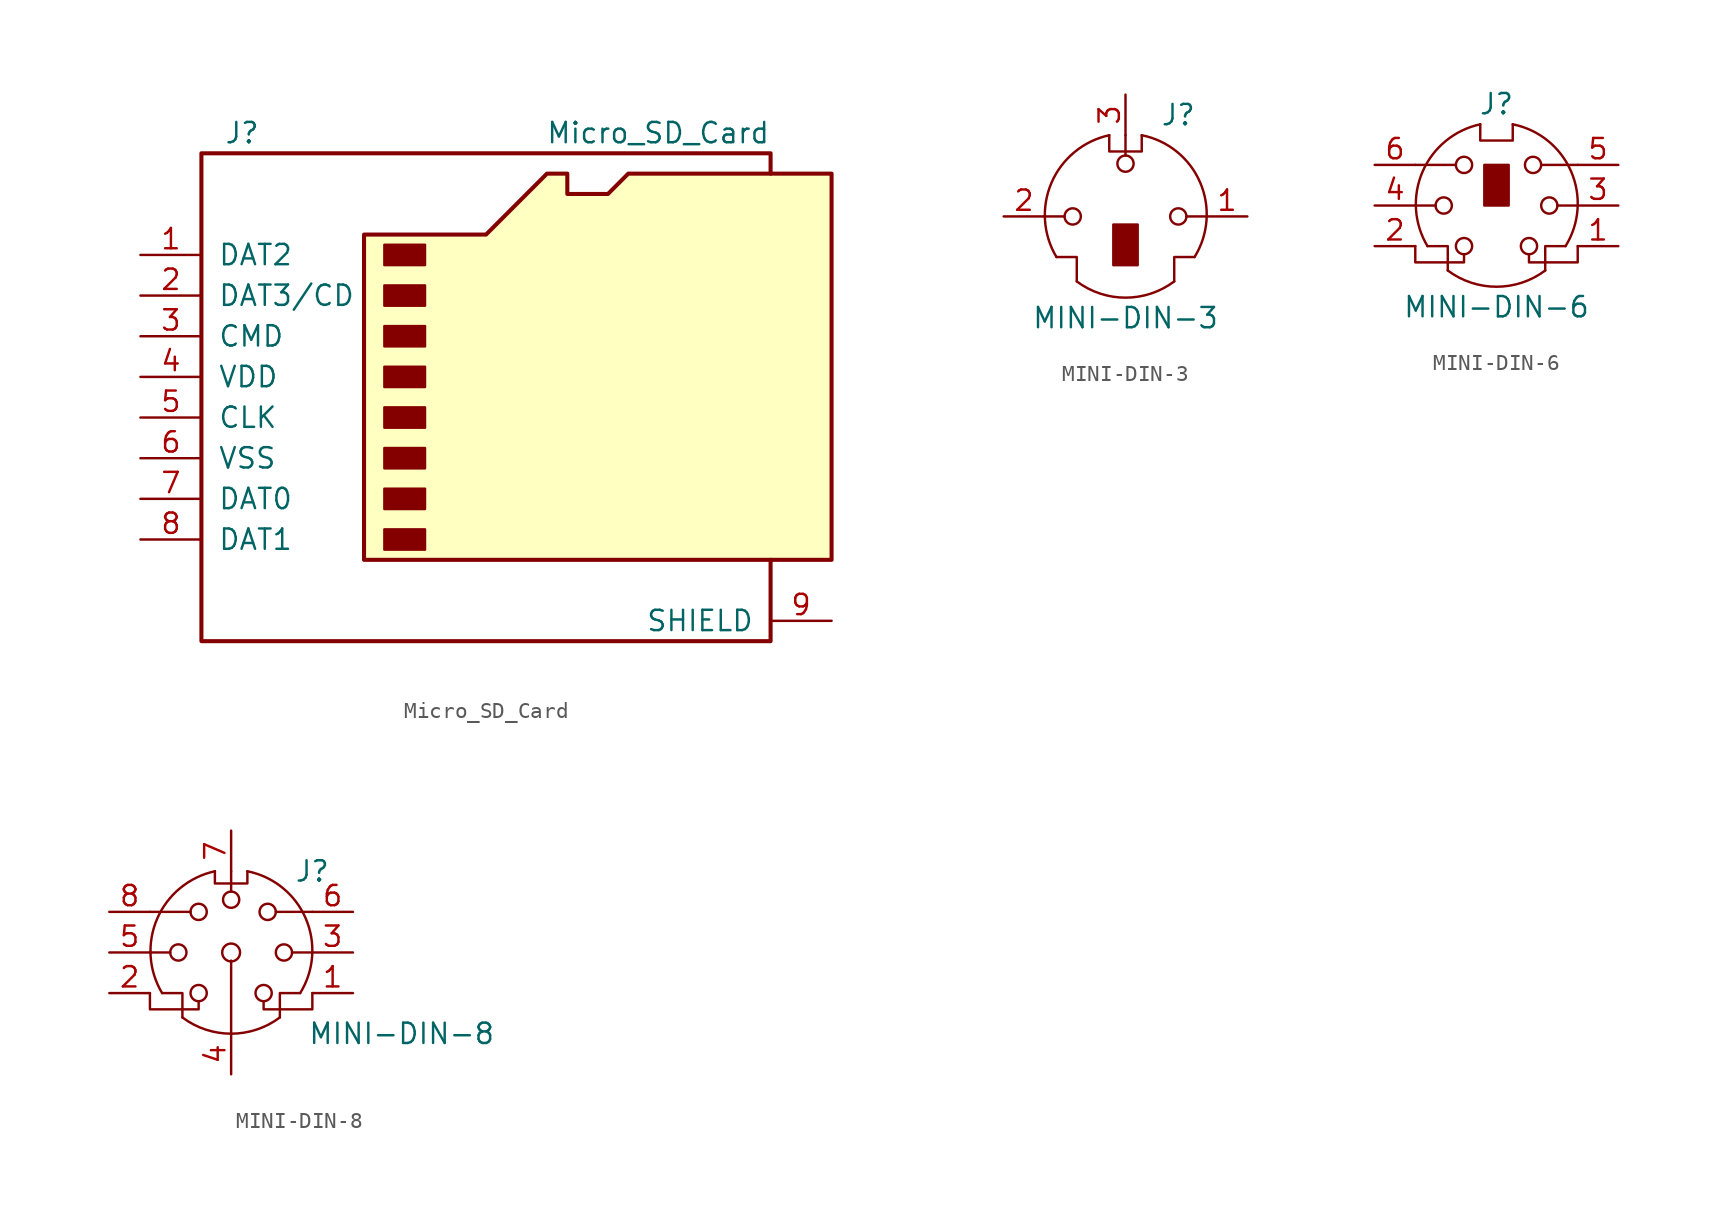
<source format=kicad_sym>
(kicad_symbol_lib
  (version 20211014)
  (generator kicad_symbol_editor)
  (symbol "Micro_SD_Card"
    (pin_names
      (offset 1.016))
    (property "Reference" "J"
      (at -16.51 15.24 0)
      (effects (font (size 1.27 1.27))))
    (property "Value" "Micro_SD_Card"
      (at 16.51 15.24 0)
      (effects (font (size 1.27 1.27)) (justify right)))
    (symbol "Micro_SD_Card_0_1"
      (rectangle (start -7.62 -9.525) (end -5.08 -10.795) (stroke (width 0) (type default) (color 0 0 0 0)) (fill (type outline)))
      (rectangle (start -7.62 -6.985) (end -5.08 -8.255) (stroke (width 0) (type default) (color 0 0 0 0)) (fill (type outline)))
      (rectangle (start -7.62 -4.445) (end -5.08 -5.715) (stroke (width 0) (type default) (color 0 0 0 0)) (fill (type outline)))
      (rectangle (start -7.62 -1.905) (end -5.08 -3.175) (stroke (width 0) (type default) (color 0 0 0 0)) (fill (type outline)))
      (rectangle (start -7.62 0.635) (end -5.08 -0.635) (stroke (width 0) (type default) (color 0 0 0 0)) (fill (type outline)))
      (rectangle (start -7.62 3.175) (end -5.08 1.905) (stroke (width 0) (type default) (color 0 0 0 0)) (fill (type outline)))
      (rectangle (start -7.62 5.715) (end -5.08 4.445) (stroke (width 0) (type default) (color 0 0 0 0)) (fill (type outline)))
      (rectangle (start -7.62 8.255) (end -5.08 6.985) (stroke (width 0) (type default) (color 0 0 0 0)) (fill (type outline)))
      (polyline (pts (xy 16.51 12.7) (xy 16.51 13.97) (xy -19.05 13.97) (xy -19.05 -16.51) (xy 16.51 -16.51) (xy 16.51 -11.43)) (stroke (width 0.254) (type default) (color 0 0 0 0)) (fill (type none)))
      (polyline (pts (xy -8.89 -11.43) (xy -8.89 8.89) (xy -1.27 8.89) (xy 2.54 12.7) (xy 3.81 12.7) (xy 3.81 11.43) (xy 6.35 11.43) (xy 7.62 12.7) (xy 20.32 12.7) (xy 20.32 -11.43) (xy -8.89 -11.43)) (stroke (width 0.254) (type default) (color 0 0 0 0)) (fill (type background))))
    (symbol "Micro_SD_Card_1_1"
      (pin bidirectional line (at -22.86 7.62 0) (length 3.81) (name "DAT2" (effects (font (size 1.27 1.27)))) (number "1" (effects (font (size 1.27 1.27)))))
      (pin bidirectional line (at -22.86 5.08 0) (length 3.81) (name "DAT3/CD" (effects (font (size 1.27 1.27)))) (number "2" (effects (font (size 1.27 1.27)))))
      (pin input line (at -22.86 2.54 0) (length 3.81) (name "CMD" (effects (font (size 1.27 1.27)))) (number "3" (effects (font (size 1.27 1.27)))))
      (pin power_in line (at -22.86 0 0) (length 3.81) (name "VDD" (effects (font (size 1.27 1.27)))) (number "4" (effects (font (size 1.27 1.27)))))
      (pin input line (at -22.86 -2.54 0) (length 3.81) (name "CLK" (effects (font (size 1.27 1.27)))) (number "5" (effects (font (size 1.27 1.27)))))
      (pin power_in line (at -22.86 -5.08 0) (length 3.81) (name "VSS" (effects (font (size 1.27 1.27)))) (number "6" (effects (font (size 1.27 1.27)))))
      (pin input line (at -22.86 -7.62 0) (length 3.81) (name "DAT0" (effects (font (size 1.27 1.27)))) (number "7" (effects (font (size 1.27 1.27)))))
      (pin input line (at -22.86 -10.16 0) (length 3.81) (name "DAT1" (effects (font (size 1.27 1.27)))) (number "8" (effects (font (size 1.27 1.27)))))
      (pin passive line (at 20.32 -15.24 180) (length 3.81) (name "SHIELD" (effects (font (size 1.27 1.27)))) (number "9" (effects (font (size 1.27 1.27)))))))
  (symbol "MINI-DIN-3"
    (pin_names
      (offset 1.016))
    (property "Reference" "J"
      (at 3.302 6.35 0)
      (effects (font (size 1.27 1.27))))
    (property "Value" "MINI-DIN-3"
      (at 0 -6.35 0)
      (effects (font (size 1.27 1.27))))
    (symbol "MINI-DIN-3_0_1"
      (circle (center -3.302 0) (radius 0.508) (stroke (width 0) (type default) (color 0 0 0 0)) (fill (type none)))
      (arc (start -3.048 -4.064) (mid 0 -5.08) (end 3.048 -4.064) (stroke (width 0) (type default) (color 0 0 0 0)) (fill (type none)))
      (arc (start -1.016 5.08) (mid -4.6228 2.1214) (end -4.318 -2.54) (stroke (width 0) (type default) (color 0 0 0 0)) (fill (type none)))
      (rectangle (start -0.762 -0.508) (end 0.762 -3.048) (stroke (width 0) (type default) (color 0 0 0 0)) (fill (type outline)))
      (polyline (pts (xy -3.81 0) (xy -5.08 0)) (stroke (width 0) (type default) (color 0 0 0 0)) (fill (type none)))
      (polyline (pts (xy 0 3.81) (xy 0 5.08)) (stroke (width 0) (type default) (color 0 0 0 0)) (fill (type none)))
      (polyline (pts (xy 5.08 0) (xy 3.81 0)) (stroke (width 0) (type default) (color 0 0 0 0)) (fill (type none)))
      (polyline (pts (xy -4.318 -2.54) (xy -3.048 -2.54) (xy -3.048 -4.064)) (stroke (width 0) (type default) (color 0 0 0 0)) (fill (type none)))
      (polyline (pts (xy 4.318 -2.54) (xy 3.048 -2.54) (xy 3.048 -4.064)) (stroke (width 0) (type default) (color 0 0 0 0)) (fill (type none)))
      (polyline (pts (xy -1.016 5.08) (xy -1.016 4.064) (xy 1.016 4.064) (xy 1.016 5.08)) (stroke (width 0) (type default) (color 0 0 0 0)) (fill (type none)))
      (circle (center 0 3.302) (radius 0.508) (stroke (width 0) (type default) (color 0 0 0 0)) (fill (type none)))
      (circle (center 3.302 0) (radius 0.508) (stroke (width 0) (type default) (color 0 0 0 0)) (fill (type none)))
      (arc (start 4.318 -2.54) (mid 4.6661 2.1322) (end 1.016 5.08) (stroke (width 0) (type default) (color 0 0 0 0)) (fill (type none))))
    (symbol "MINI-DIN-3_1_1"
      (pin passive line (at 7.62 0 180) (length 2.54) (name "~" (effects (font (size 1.27 1.27)))) (number "1" (effects (font (size 1.27 1.27)))))
      (pin passive line (at -7.62 0 0) (length 2.54) (name "~" (effects (font (size 1.27 1.27)))) (number "2" (effects (font (size 1.27 1.27)))))
      (pin passive line (at 0 7.62 270) (length 2.54) (name "~" (effects (font (size 1.27 1.27)))) (number "3" (effects (font (size 1.27 1.27)))))))
  (symbol "MINI-DIN-6"
    (pin_names
      (offset 1.016))
    (property "Reference" "J"
      (at 0 6.35 0)
      (effects (font (size 1.27 1.27))))
    (property "Value" "MINI-DIN-6"
      (at 0 -6.35 0)
      (effects (font (size 1.27 1.27))))
    (symbol "MINI-DIN-6_0_1"
      (circle (center -3.302 0) (radius 0.508) (stroke (width 0) (type default) (color 0 0 0 0)) (fill (type none)))
      (arc (start -3.048 -4.064) (mid 0 -5.08) (end 3.048 -4.064) (stroke (width 0) (type default) (color 0 0 0 0)) (fill (type none)))
      (circle (center -2.032 -2.54) (radius 0.508) (stroke (width 0) (type default) (color 0 0 0 0)) (fill (type none)))
      (circle (center -2.032 2.54) (radius 0.508) (stroke (width 0) (type default) (color 0 0 0 0)) (fill (type none)))
      (arc (start -1.016 5.08) (mid -4.6228 2.1214) (end -4.318 -2.54) (stroke (width 0) (type default) (color 0 0 0 0)) (fill (type none)))
      (rectangle (start -0.762 2.54) (end 0.762 0) (stroke (width 0) (type default) (color 0 0 0 0)) (fill (type outline)))
      (polyline (pts (xy -3.81 0) (xy -5.08 0)) (stroke (width 0) (type default) (color 0 0 0 0)) (fill (type none)))
      (polyline (pts (xy -2.54 2.54) (xy -5.08 2.54)) (stroke (width 0) (type default) (color 0 0 0 0)) (fill (type none)))
      (polyline (pts (xy 2.794 2.54) (xy 5.08 2.54)) (stroke (width 0) (type default) (color 0 0 0 0)) (fill (type none)))
      (polyline (pts (xy 5.08 0) (xy 3.81 0)) (stroke (width 0) (type default) (color 0 0 0 0)) (fill (type none)))
      (polyline (pts (xy -4.318 -2.54) (xy -3.048 -2.54) (xy -3.048 -4.064)) (stroke (width 0) (type default) (color 0 0 0 0)) (fill (type none)))
      (polyline (pts (xy 4.318 -2.54) (xy 3.048 -2.54) (xy 3.048 -4.064)) (stroke (width 0) (type default) (color 0 0 0 0)) (fill (type none)))
      (polyline (pts (xy -2.032 -3.048) (xy -2.032 -3.556) (xy -5.08 -3.556) (xy -5.08 -2.54)) (stroke (width 0) (type default) (color 0 0 0 0)) (fill (type none)))
      (polyline (pts (xy -1.016 5.08) (xy -1.016 4.064) (xy 1.016 4.064) (xy 1.016 5.08)) (stroke (width 0) (type default) (color 0 0 0 0)) (fill (type none)))
      (polyline (pts (xy 2.032 -3.048) (xy 2.032 -3.556) (xy 5.08 -3.556) (xy 5.08 -2.54)) (stroke (width 0) (type default) (color 0 0 0 0)) (fill (type none)))
      (circle (center 2.032 -2.54) (radius 0.508) (stroke (width 0) (type default) (color 0 0 0 0)) (fill (type none)))
      (circle (center 2.286 2.54) (radius 0.508) (stroke (width 0) (type default) (color 0 0 0 0)) (fill (type none)))
      (circle (center 3.302 0) (radius 0.508) (stroke (width 0) (type default) (color 0 0 0 0)) (fill (type none)))
      (arc (start 4.318 -2.54) (mid 4.6661 2.1322) (end 1.016 5.08) (stroke (width 0) (type default) (color 0 0 0 0)) (fill (type none))))
    (symbol "MINI-DIN-6_1_1"
      (pin passive line (at 7.62 -2.54 180) (length 2.54) (name "~" (effects (font (size 1.27 1.27)))) (number "1" (effects (font (size 1.27 1.27)))))
      (pin passive line (at -7.62 -2.54 0) (length 2.54) (name "~" (effects (font (size 1.27 1.27)))) (number "2" (effects (font (size 1.27 1.27)))))
      (pin passive line (at 7.62 0 180) (length 2.54) (name "~" (effects (font (size 1.27 1.27)))) (number "3" (effects (font (size 1.27 1.27)))))
      (pin passive line (at -7.62 0 0) (length 2.54) (name "~" (effects (font (size 1.27 1.27)))) (number "4" (effects (font (size 1.27 1.27)))))
      (pin passive line (at 7.62 2.54 180) (length 2.54) (name "~" (effects (font (size 1.27 1.27)))) (number "5" (effects (font (size 1.27 1.27)))))
      (pin passive line (at -7.62 2.54 0) (length 2.54) (name "~" (effects (font (size 1.27 1.27)))) (number "6" (effects (font (size 1.27 1.27)))))))
  (symbol "MINI-DIN-8"
    (pin_names
      (offset 1.016))
    (property "Reference" "J"
      (at 5.08 5.08 0)
      (effects (font (size 1.27 1.27))))
    (property "Value" "MINI-DIN-8"
      (at 10.668 -5.08 0)
      (effects (font (size 1.27 1.27))))
    (symbol "MINI-DIN-8_0_1"
      (circle (center -3.302 0) (radius 0.508) (stroke (width 0) (type default) (color 0 0 0 0)) (fill (type none)))
      (arc (start -3.048 -4.064) (mid 0 -5.08) (end 3.048 -4.064) (stroke (width 0) (type default) (color 0 0 0 0)) (fill (type none)))
      (circle (center -2.032 -2.54) (radius 0.508) (stroke (width 0) (type default) (color 0 0 0 0)) (fill (type none)))
      (circle (center -2.032 2.54) (radius 0.508) (stroke (width 0) (type default) (color 0 0 0 0)) (fill (type none)))
      (arc (start -1.016 5.08) (mid -4.6228 2.1214) (end -4.318 -2.54) (stroke (width 0) (type default) (color 0 0 0 0)) (fill (type none)))
      (polyline (pts (xy -3.81 0) (xy -5.08 0)) (stroke (width 0) (type default) (color 0 0 0 0)) (fill (type none)))
      (polyline (pts (xy -2.54 2.54) (xy -5.08 2.54)) (stroke (width 0) (type default) (color 0 0 0 0)) (fill (type none)))
      (polyline (pts (xy 0 -5.08) (xy 0 -0.508)) (stroke (width 0) (type default) (color 0 0 0 0)) (fill (type none)))
      (polyline (pts (xy 0 3.81) (xy 0 5.08)) (stroke (width 0) (type default) (color 0 0 0 0)) (fill (type none)))
      (polyline (pts (xy 2.794 2.54) (xy 5.08 2.54)) (stroke (width 0) (type default) (color 0 0 0 0)) (fill (type none)))
      (polyline (pts (xy 5.08 0) (xy 3.81 0)) (stroke (width 0) (type default) (color 0 0 0 0)) (fill (type none)))
      (polyline (pts (xy -4.318 -2.54) (xy -3.048 -2.54) (xy -3.048 -4.064)) (stroke (width 0) (type default) (color 0 0 0 0)) (fill (type none)))
      (polyline (pts (xy 4.318 -2.54) (xy 3.048 -2.54) (xy 3.048 -4.064)) (stroke (width 0) (type default) (color 0 0 0 0)) (fill (type none)))
      (polyline (pts (xy -2.032 -3.048) (xy -2.032 -3.556) (xy -5.08 -3.556) (xy -5.08 -2.54)) (stroke (width 0) (type default) (color 0 0 0 0)) (fill (type none)))
      (polyline (pts (xy -1.016 5.08) (xy -1.016 4.318) (xy 1.016 4.318) (xy 1.016 5.08)) (stroke (width 0) (type default) (color 0 0 0 0)) (fill (type none)))
      (polyline (pts (xy 2.032 -3.048) (xy 2.032 -3.556) (xy 5.08 -3.556) (xy 5.08 -2.54)) (stroke (width 0) (type default) (color 0 0 0 0)) (fill (type none)))
      (circle (center 0 0) (radius 0.559) (stroke (width 0) (type default) (color 0 0 0 0)) (fill (type none)))
      (circle (center 0 3.302) (radius 0.508) (stroke (width 0) (type default) (color 0 0 0 0)) (fill (type none)))
      (circle (center 2.032 -2.54) (radius 0.508) (stroke (width 0) (type default) (color 0 0 0 0)) (fill (type none)))
      (circle (center 2.286 2.54) (radius 0.508) (stroke (width 0) (type default) (color 0 0 0 0)) (fill (type none)))
      (circle (center 3.302 0) (radius 0.508) (stroke (width 0) (type default) (color 0 0 0 0)) (fill (type none)))
      (arc (start 4.318 -2.54) (mid 4.6661 2.1322) (end 1.016 5.08) (stroke (width 0) (type default) (color 0 0 0 0)) (fill (type none))))
    (symbol "MINI-DIN-8_1_1"
      (pin passive line (at 7.62 -2.54 180) (length 2.54) (name "~" (effects (font (size 1.27 1.27)))) (number "1" (effects (font (size 1.27 1.27)))))
      (pin passive line (at -7.62 -2.54 0) (length 2.54) (name "~" (effects (font (size 1.27 1.27)))) (number "2" (effects (font (size 1.27 1.27)))))
      (pin passive line (at 7.62 0 180) (length 2.54) (name "~" (effects (font (size 1.27 1.27)))) (number "3" (effects (font (size 1.27 1.27)))))
      (pin passive line (at 0 -7.62 90) (length 2.54) (name "~" (effects (font (size 1.27 1.27)))) (number "4" (effects (font (size 1.27 1.27)))))
      (pin passive line (at -7.62 0 0) (length 2.54) (name "~" (effects (font (size 1.27 1.27)))) (number "5" (effects (font (size 1.27 1.27)))))
      (pin passive line (at 7.62 2.54 180) (length 2.54) (name "~" (effects (font (size 1.27 1.27)))) (number "6" (effects (font (size 1.27 1.27)))))
      (pin passive line (at 0 7.62 270) (length 2.54) (name "~" (effects (font (size 1.27 1.27)))) (number "7" (effects (font (size 1.27 1.27)))))
      (pin passive line (at -7.62 2.54 0) (length 2.54) (name "~" (effects (font (size 1.27 1.27)))) (number "8" (effects (font (size 1.27 1.27))))))))
</source>
